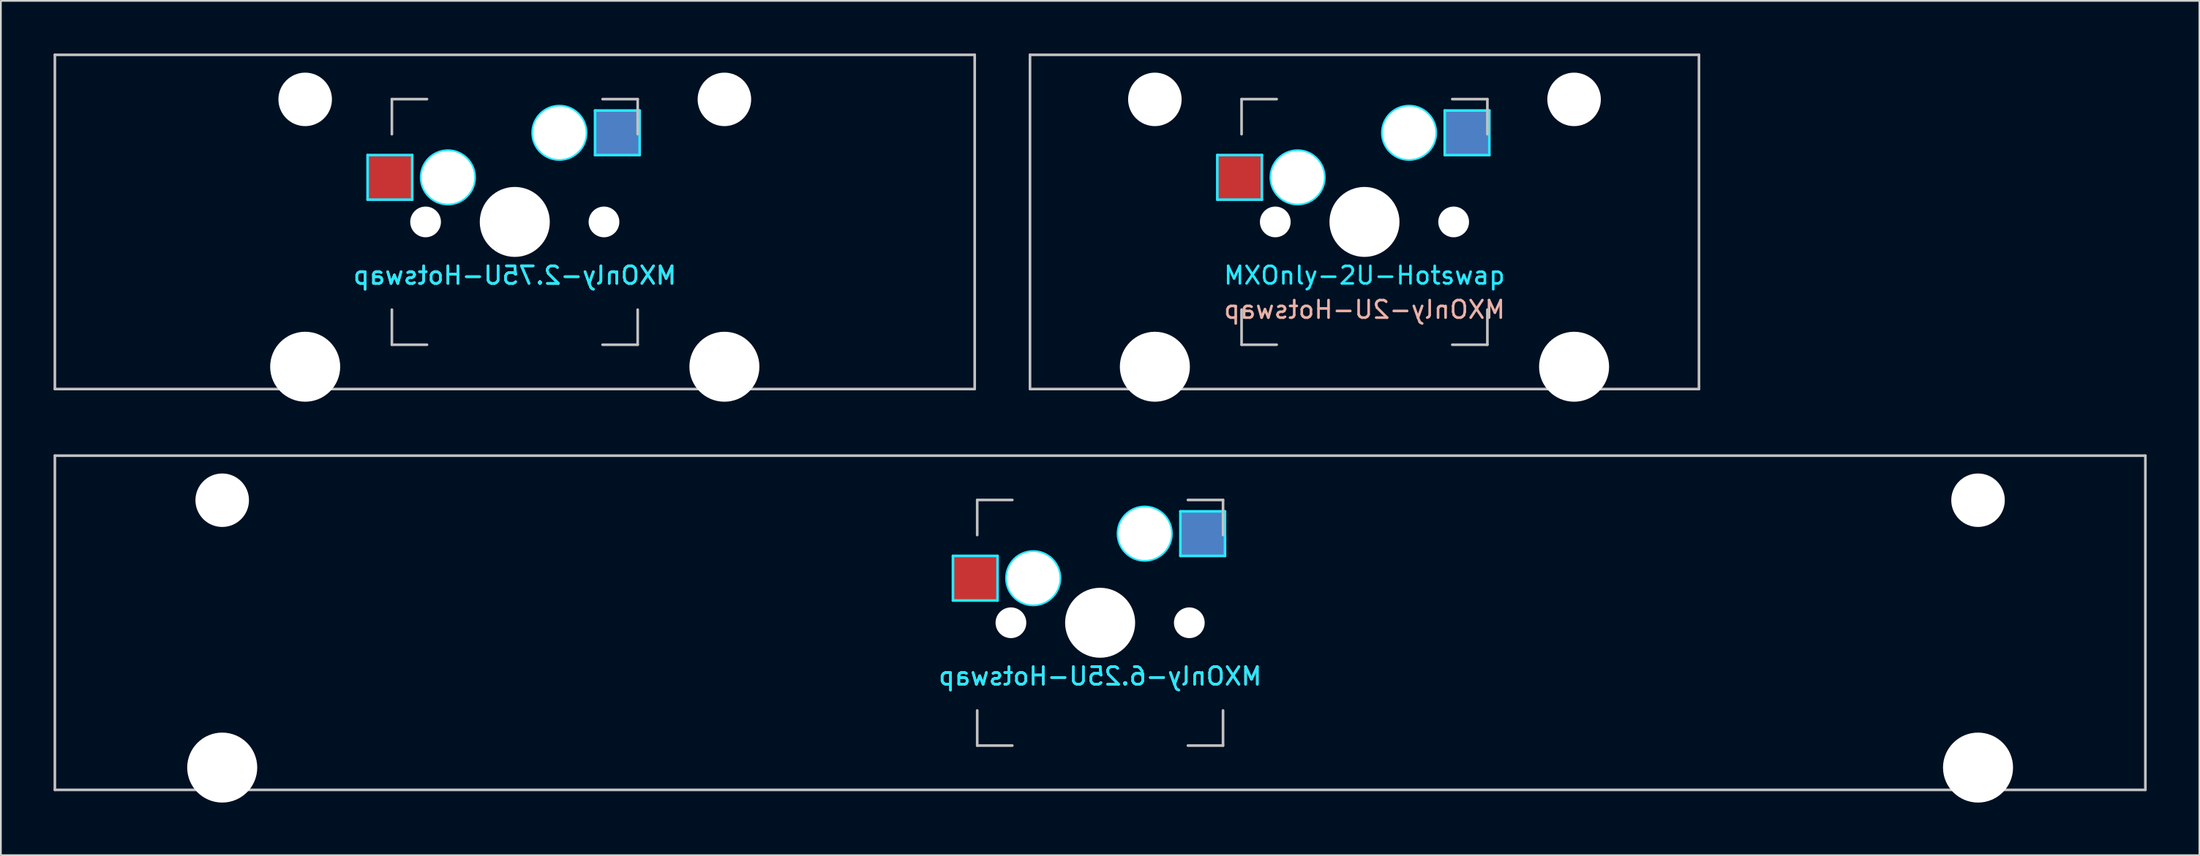
<source format=kicad_pcb>
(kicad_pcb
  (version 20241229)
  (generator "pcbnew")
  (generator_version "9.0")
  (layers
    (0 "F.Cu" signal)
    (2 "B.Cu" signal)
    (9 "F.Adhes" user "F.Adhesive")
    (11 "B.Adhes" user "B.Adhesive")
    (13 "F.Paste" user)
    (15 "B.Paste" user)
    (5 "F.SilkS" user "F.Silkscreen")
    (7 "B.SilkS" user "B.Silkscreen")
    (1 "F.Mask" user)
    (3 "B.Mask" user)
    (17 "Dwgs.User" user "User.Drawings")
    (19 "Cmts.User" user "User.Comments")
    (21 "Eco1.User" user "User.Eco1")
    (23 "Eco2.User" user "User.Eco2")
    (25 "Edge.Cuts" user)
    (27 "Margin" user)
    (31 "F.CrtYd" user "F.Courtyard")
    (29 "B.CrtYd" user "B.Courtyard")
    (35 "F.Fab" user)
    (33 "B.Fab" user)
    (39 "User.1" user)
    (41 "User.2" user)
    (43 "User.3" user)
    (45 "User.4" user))
  (footprint "MXOnly-2.75U-Hotswap"
    (layer "F.Cu")
    (at 26.269 9.6)
    (property "Reference" "MXOnly-2.75U-Hotswap" (at 0 3.048 0) (layer "B.CrtYd") (effects (font (size 1 1) (thickness 0.15)) (justify mirror)))
    (attr smd)
    (fp_line (start -26.194 -9.525) (end 26.194 -9.525) (stroke (width 0.15) (type solid)) (layer "Dwgs.User"))
    (fp_line (start -26.194 9.525) (end -26.194 -9.525) (stroke (width 0.15) (type solid)) (layer "Dwgs.User"))
    (fp_line (start -7 -7) (end -7 -5) (stroke (width 0.15) (type solid)) (layer "Dwgs.User"))
    (fp_line (start -7 5) (end -7 7) (stroke (width 0.15) (type solid)) (layer "Dwgs.User"))
    (fp_line (start -7 7) (end -5 7) (stroke (width 0.15) (type solid)) (layer "Dwgs.User"))
    (fp_line (start -5 -7) (end -7 -7) (stroke (width 0.15) (type solid)) (layer "Dwgs.User"))
    (fp_line (start 5 -7) (end 7 -7) (stroke (width 0.15) (type solid)) (layer "Dwgs.User"))
    (fp_line (start 5 7) (end 7 7) (stroke (width 0.15) (type solid)) (layer "Dwgs.User"))
    (fp_line (start 7 -7) (end 7 -5) (stroke (width 0.15) (type solid)) (layer "Dwgs.User"))
    (fp_line (start 7 7) (end 7 5) (stroke (width 0.15) (type solid)) (layer "Dwgs.User"))
    (fp_line (start 26.194 -9.525) (end 26.194 9.525) (stroke (width 0.15) (type solid)) (layer "Dwgs.User"))
    (fp_line (start 26.194 9.525) (end -26.194 9.525) (stroke (width 0.15) (type solid)) (layer "Dwgs.User"))
    (fp_line (start -8.382 -3.81) (end -5.842 -3.81) (stroke (width 0.15) (type solid)) (layer "B.CrtYd"))
    (fp_line (start -8.382 -1.27) (end -8.382 -3.81) (stroke (width 0.15) (type solid)) (layer "B.CrtYd"))
    (fp_line (start -5.842 -3.81) (end -5.842 -1.27) (stroke (width 0.15) (type solid)) (layer "B.CrtYd"))
    (fp_line (start -5.842 -1.27) (end -8.382 -1.27) (stroke (width 0.15) (type solid)) (layer "B.CrtYd"))
    (fp_line (start 4.572 -6.35) (end 7.112 -6.35) (stroke (width 0.15) (type solid)) (layer "B.CrtYd"))
    (fp_line (start 4.572 -3.81) (end 4.572 -6.35) (stroke (width 0.15) (type solid)) (layer "B.CrtYd"))
    (fp_line (start 7.112 -6.35) (end 7.112 -3.81) (stroke (width 0.15) (type solid)) (layer "B.CrtYd"))
    (fp_line (start 7.112 -3.81) (end 4.572 -3.81) (stroke (width 0.15) (type solid)) (layer "B.CrtYd"))
    (fp_circle (center -3.81 -2.54) (end -3.81 -4.064) (stroke (width 0.15) (type solid)) (fill no) (layer "B.CrtYd"))
    (fp_circle (center 2.54 -5.08) (end 2.54 -6.604) (stroke (width 0.15) (type solid)) (fill no) (layer "B.CrtYd"))
    (fp_text user "${REFERENCE}" (at 0 3.048 0) (layer "B.SilkS") (effects (font (size 1 1) (thickness 0.15)) (justify mirror)))
    (pad "" np_thru_hole circle (at -11.938 -6.985) (size 3.048 3.048) (drill 3.048) (layers "*.Cu" "*.Mask"))
    (pad "" np_thru_hole circle (at -11.938 8.255) (size 3.988 3.988) (drill 3.988) (layers "*.Cu" "*.Mask"))
    (pad "" np_thru_hole circle (at -5.08 0 48.1) (size 1.75 1.75) (drill 1.75) (layers "*.Cu" "*.Mask"))
    (pad "" np_thru_hole circle (at -3.81 -2.54) (size 3 3) (drill 3) (layers "*.Cu" "*.Mask"))
    (pad "" np_thru_hole circle (at 0 0) (size 3.988 3.988) (drill 3.988) (layers "*.Cu" "*.Mask"))
    (pad "" np_thru_hole circle (at 2.54 -5.08) (size 3 3) (drill 3) (layers "*.Cu" "*.Mask"))
    (pad "" np_thru_hole circle (at 5.08 0 48.1) (size 1.75 1.75) (drill 1.75) (layers "*.Cu" "*.Mask"))
    (pad "" np_thru_hole circle (at 11.938 -6.985) (size 3.048 3.048) (drill 3.048) (layers "*.Cu" "*.Mask"))
    (pad "" np_thru_hole circle (at 11.938 8.255) (size 3.988 3.988) (drill 3.988) (layers "*.Cu" "*.Mask"))
    (pad "1" smd rect (at -7.085 -2.54) (size 2.55 2.5) (layers "F.Cu" "F.Mask" "F.Paste"))
    (pad "2" smd rect (at 5.842 -5.08) (size 2.55 2.5) (layers "B.Cu" "B.Mask" "B.Paste")))
  (footprint "MXOnly-2U-Hotswap"
    (layer "F.Cu")
    (at 74.662 9.6)
    (property "Reference" "MXOnly-2U-Hotswap" (at 0 3.048 0) (layer "B.CrtYd") (effects (font (size 1 1) (thickness 0.15))))
    (attr smd)
    (fp_line (start -19.05 -9.525) (end 19.05 -9.525) (stroke (width 0.15) (type solid)) (layer "Dwgs.User"))
    (fp_line (start -19.05 9.525) (end -19.05 -9.525) (stroke (width 0.15) (type solid)) (layer "Dwgs.User"))
    (fp_line (start -7 -7) (end -7 -5) (stroke (width 0.15) (type solid)) (layer "Dwgs.User"))
    (fp_line (start -7 5) (end -7 7) (stroke (width 0.15) (type solid)) (layer "Dwgs.User"))
    (fp_line (start -7 7) (end -5 7) (stroke (width 0.15) (type solid)) (layer "Dwgs.User"))
    (fp_line (start -5 -7) (end -7 -7) (stroke (width 0.15) (type solid)) (layer "Dwgs.User"))
    (fp_line (start 5 -7) (end 7 -7) (stroke (width 0.15) (type solid)) (layer "Dwgs.User"))
    (fp_line (start 5 7) (end 7 7) (stroke (width 0.15) (type solid)) (layer "Dwgs.User"))
    (fp_line (start 7 -7) (end 7 -5) (stroke (width 0.15) (type solid)) (layer "Dwgs.User"))
    (fp_line (start 7 7) (end 7 5) (stroke (width 0.15) (type solid)) (layer "Dwgs.User"))
    (fp_line (start 19.05 -9.525) (end 19.05 9.525) (stroke (width 0.15) (type solid)) (layer "Dwgs.User"))
    (fp_line (start 19.05 9.525) (end -19.05 9.525) (stroke (width 0.15) (type solid)) (layer "Dwgs.User"))
    (fp_line (start -8.382 -3.81) (end -5.842 -3.81) (stroke (width 0.15) (type solid)) (layer "B.CrtYd"))
    (fp_line (start -8.382 -1.27) (end -8.382 -3.81) (stroke (width 0.15) (type solid)) (layer "B.CrtYd"))
    (fp_line (start -5.842 -3.81) (end -5.842 -1.27) (stroke (width 0.15) (type solid)) (layer "B.CrtYd"))
    (fp_line (start -5.842 -1.27) (end -8.382 -1.27) (stroke (width 0.15) (type solid)) (layer "B.CrtYd"))
    (fp_line (start 4.572 -6.35) (end 7.112 -6.35) (stroke (width 0.15) (type solid)) (layer "B.CrtYd"))
    (fp_line (start 4.572 -3.81) (end 4.572 -6.35) (stroke (width 0.15) (type solid)) (layer "B.CrtYd"))
    (fp_line (start 7.112 -6.35) (end 7.112 -3.81) (stroke (width 0.15) (type solid)) (layer "B.CrtYd"))
    (fp_line (start 7.112 -3.81) (end 4.572 -3.81) (stroke (width 0.15) (type solid)) (layer "B.CrtYd"))
    (fp_circle (center -3.81 -2.54) (end -3.81 -4.064) (stroke (width 0.15) (type solid)) (fill no) (layer "B.CrtYd"))
    (fp_circle (center 2.54 -5.08) (end 2.54 -6.604) (stroke (width 0.15) (type solid)) (fill no) (layer "B.CrtYd"))
    (fp_text user "${REFERENCE}" (at 0 5 0) (layer "B.SilkS") (effects (font (size 1 1) (thickness 0.15)) (justify mirror)))
    (pad "" np_thru_hole circle (at -11.938 -6.985) (size 3.048 3.048) (drill 3.048) (layers "*.Cu" "*.Mask"))
    (pad "" np_thru_hole circle (at -11.938 8.255) (size 3.988 3.988) (drill 3.988) (layers "*.Cu" "*.Mask"))
    (pad "" np_thru_hole circle (at -5.08 0 48.1) (size 1.75 1.75) (drill 1.75) (layers "*.Cu" "*.Mask"))
    (pad "" np_thru_hole circle (at -3.81 -2.54) (size 3 3) (drill 3) (layers "*.Cu" "*.Mask"))
    (pad "" np_thru_hole circle (at 0 0) (size 3.988 3.988) (drill 3.988) (layers "*.Cu" "*.Mask"))
    (pad "" np_thru_hole circle (at 2.54 -5.08) (size 3 3) (drill 3) (layers "*.Cu" "*.Mask"))
    (pad "" np_thru_hole circle (at 5.08 0 48.1) (size 1.75 1.75) (drill 1.75) (layers "*.Cu" "*.Mask"))
    (pad "" np_thru_hole circle (at 11.938 -6.985) (size 3.048 3.048) (drill 3.048) (layers "*.Cu" "*.Mask"))
    (pad "" np_thru_hole circle (at 11.938 8.255) (size 3.988 3.988) (drill 3.988) (layers "*.Cu" "*.Mask"))
    (pad "1" smd rect (at -7.085 -2.54) (size 2.55 2.5) (layers "F.Cu" "F.Mask" "F.Paste"))
    (pad "2" smd rect (at 5.842 -5.08) (size 2.55 2.5) (layers "B.Cu" "B.Mask" "B.Paste")))
  (footprint "MXOnly-6.25U-Hotswap"
    (layer "F.Cu")
    (at 59.606 32.449)
    (property "Reference" "MXOnly-6.25U-Hotswap" (at 0 3.048 0) (layer "B.CrtYd") (effects (font (size 1 1) (thickness 0.15)) (justify mirror)))
    (attr smd)
    (fp_line (start -59.531 -9.525) (end 59.531 -9.525) (stroke (width 0.15) (type solid)) (layer "Dwgs.User"))
    (fp_line (start -59.531 9.525) (end -59.531 -9.525) (stroke (width 0.15) (type solid)) (layer "Dwgs.User"))
    (fp_line (start -7 -7) (end -7 -5) (stroke (width 0.15) (type solid)) (layer "Dwgs.User"))
    (fp_line (start -7 5) (end -7 7) (stroke (width 0.15) (type solid)) (layer "Dwgs.User"))
    (fp_line (start -7 7) (end -5 7) (stroke (width 0.15) (type solid)) (layer "Dwgs.User"))
    (fp_line (start -5 -7) (end -7 -7) (stroke (width 0.15) (type solid)) (layer "Dwgs.User"))
    (fp_line (start 5 -7) (end 7 -7) (stroke (width 0.15) (type solid)) (layer "Dwgs.User"))
    (fp_line (start 5 7) (end 7 7) (stroke (width 0.15) (type solid)) (layer "Dwgs.User"))
    (fp_line (start 7 -7) (end 7 -5) (stroke (width 0.15) (type solid)) (layer "Dwgs.User"))
    (fp_line (start 7 7) (end 7 5) (stroke (width 0.15) (type solid)) (layer "Dwgs.User"))
    (fp_line (start 59.531 -9.525) (end 59.531 9.525) (stroke (width 0.15) (type solid)) (layer "Dwgs.User"))
    (fp_line (start 59.531 9.525) (end -59.531 9.525) (stroke (width 0.15) (type solid)) (layer "Dwgs.User"))
    (fp_line (start -8.382 -3.81) (end -5.842 -3.81) (stroke (width 0.15) (type solid)) (layer "B.CrtYd"))
    (fp_line (start -8.382 -1.27) (end -8.382 -3.81) (stroke (width 0.15) (type solid)) (layer "B.CrtYd"))
    (fp_line (start -5.842 -3.81) (end -5.842 -1.27) (stroke (width 0.15) (type solid)) (layer "B.CrtYd"))
    (fp_line (start -5.842 -1.27) (end -8.382 -1.27) (stroke (width 0.15) (type solid)) (layer "B.CrtYd"))
    (fp_line (start 4.572 -6.35) (end 7.112 -6.35) (stroke (width 0.15) (type solid)) (layer "B.CrtYd"))
    (fp_line (start 4.572 -3.81) (end 4.572 -6.35) (stroke (width 0.15) (type solid)) (layer "B.CrtYd"))
    (fp_line (start 7.112 -6.35) (end 7.112 -3.81) (stroke (width 0.15) (type solid)) (layer "B.CrtYd"))
    (fp_line (start 7.112 -3.81) (end 4.572 -3.81) (stroke (width 0.15) (type solid)) (layer "B.CrtYd"))
    (fp_circle (center -3.81 -2.54) (end -3.81 -4.064) (stroke (width 0.15) (type solid)) (fill no) (layer "B.CrtYd"))
    (fp_circle (center 2.54 -5.08) (end 2.54 -6.604) (stroke (width 0.15) (type solid)) (fill no) (layer "B.CrtYd"))
    (fp_text user "${REFERENCE}" (at 0 3.048 0) (layer "B.SilkS") (effects (font (size 1 1) (thickness 0.15)) (justify mirror)))
    (pad "" np_thru_hole circle (at -50 -6.985) (size 3.048 3.048) (drill 3.048) (layers "*.Cu" "*.Mask"))
    (pad "" np_thru_hole circle (at -50 8.255) (size 3.988 3.988) (drill 3.988) (layers "*.Cu" "*.Mask"))
    (pad "" np_thru_hole circle (at -5.08 0 48.1) (size 1.75 1.75) (drill 1.75) (layers "*.Cu" "*.Mask"))
    (pad "" np_thru_hole circle (at -3.81 -2.54) (size 3 3) (drill 3) (layers "*.Cu" "*.Mask"))
    (pad "" np_thru_hole circle (at 0 0) (size 3.988 3.988) (drill 3.988) (layers "*.Cu" "*.Mask"))
    (pad "" np_thru_hole circle (at 2.54 -5.08) (size 3 3) (drill 3) (layers "*.Cu" "*.Mask"))
    (pad "" np_thru_hole circle (at 5.08 0 48.1) (size 1.75 1.75) (drill 1.75) (layers "*.Cu" "*.Mask"))
    (pad "" np_thru_hole circle (at 50 -6.985) (size 3.048 3.048) (drill 3.048) (layers "*.Cu" "*.Mask"))
    (pad "" np_thru_hole circle (at 50 8.255) (size 3.988 3.988) (drill 3.988) (layers "*.Cu" "*.Mask"))
    (pad "1" smd rect (at -7.085 -2.54) (size 2.55 2.5) (layers "F.Cu" "F.Mask" "F.Paste"))
    (pad "2" smd rect (at 5.842 -5.08) (size 2.55 2.5) (layers "B.Cu" "B.Mask" "B.Paste")))
  (gr_rect
    (start -3 -3)
    (end 122.213 45.698)
    (stroke (width 0.1) (type default))
    (fill no)
    (layer "Edge.Cuts")))
</source>
